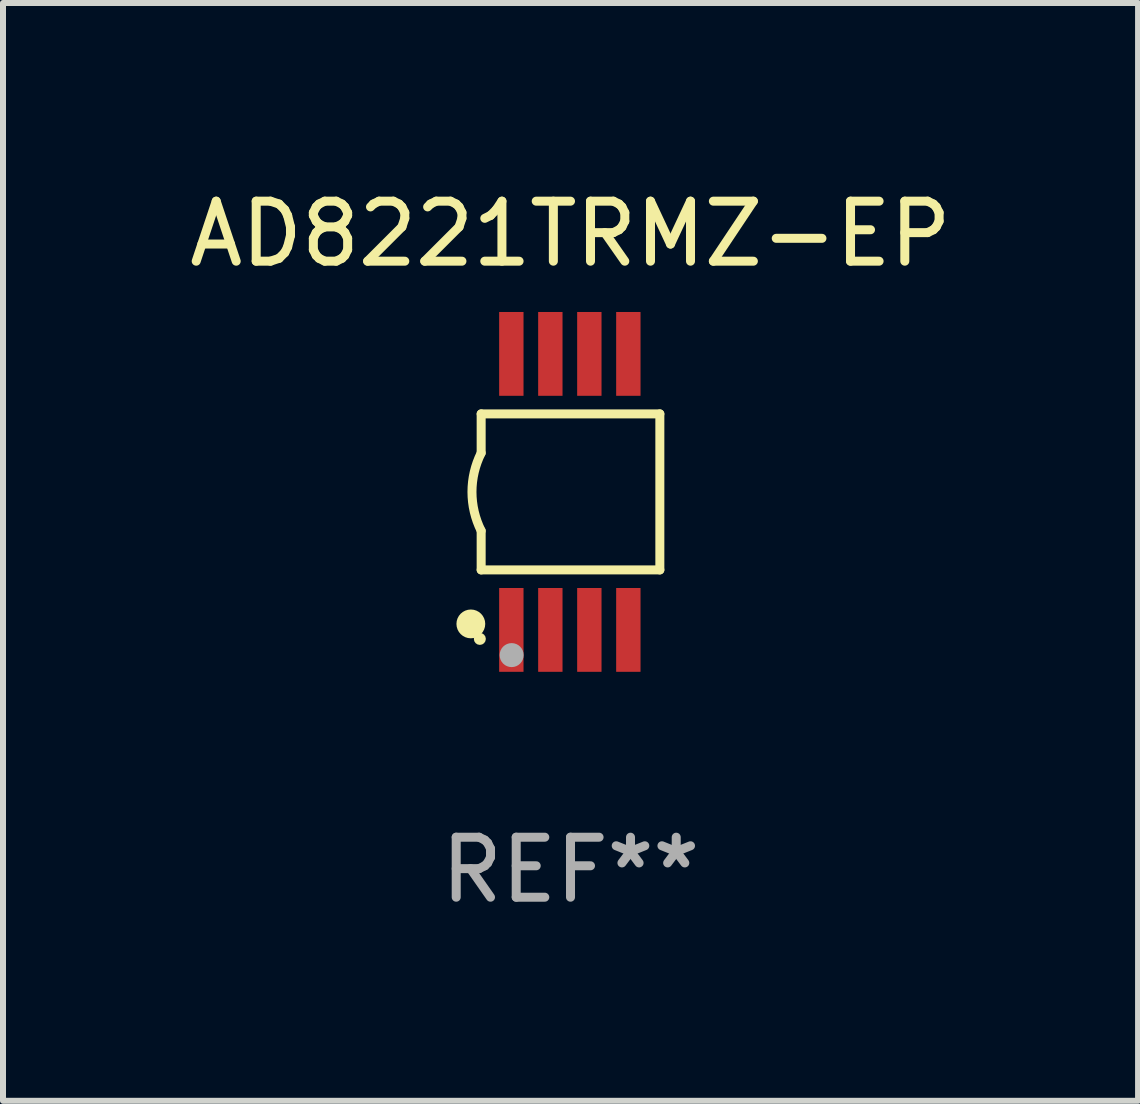
<source format=kicad_pcb>
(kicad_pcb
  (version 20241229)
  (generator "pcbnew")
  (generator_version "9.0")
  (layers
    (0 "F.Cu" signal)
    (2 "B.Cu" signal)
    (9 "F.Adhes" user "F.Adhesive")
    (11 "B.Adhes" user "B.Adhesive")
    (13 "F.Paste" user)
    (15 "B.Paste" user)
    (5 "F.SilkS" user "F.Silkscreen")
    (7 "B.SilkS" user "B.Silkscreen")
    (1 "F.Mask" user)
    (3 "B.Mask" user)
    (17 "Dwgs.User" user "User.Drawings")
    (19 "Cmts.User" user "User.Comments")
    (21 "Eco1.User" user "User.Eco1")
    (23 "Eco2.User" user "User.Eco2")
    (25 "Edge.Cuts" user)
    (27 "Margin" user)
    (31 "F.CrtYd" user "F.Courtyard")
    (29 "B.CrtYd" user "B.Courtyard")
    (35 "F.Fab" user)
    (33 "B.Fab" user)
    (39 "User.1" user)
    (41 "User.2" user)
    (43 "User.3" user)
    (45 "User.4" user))
  (footprint "AD8221TRMZ-EP"
    (layer "F.Cu")
    (at 6.458 5.148)
    (property "Reference" "AD8221TRMZ-EP" (at 0 -4.3 0) (layer "F.SilkS") (effects (font (size 1 1) (thickness 0.15))))
    (attr through_hole)
    (fp_line (start -1.489 -1.3) (end -1.489 -0.648) (stroke (width 0.15) (type solid)) (layer "F.SilkS"))
    (fp_line (start -1.489 0.648) (end -1.489 1.3) (stroke (width 0.15) (type solid)) (layer "F.SilkS"))
    (fp_line (start -1.489 1.3) (end 1.489 1.3) (stroke (width 0.15) (type solid)) (layer "F.SilkS"))
    (fp_line (start 1.489 -1.3) (end -1.489 -1.3) (stroke (width 0.15) (type solid)) (layer "F.SilkS"))
    (fp_line (start 1.489 1.3) (end 1.489 -1.3) (stroke (width 0.15) (type solid)) (layer "F.SilkS"))
    (fp_arc (start -1.489205 0.647702) (mid -1.642107 0) (end -1.489205 -0.647701) (stroke (width 0.150013) (type solid)) (layer "F.SilkS"))
    (fp_circle (center -1.661 2.2) (end -1.541 2.2) (stroke (width 0.24) (type solid)) (fill no) (layer "F.SilkS"))
    (fp_circle (center -1.511 2.45) (end -1.461 2.45) (stroke (width 0.1) (type solid)) (fill no) (layer "F.SilkS"))
    (fp_circle (center -0.981 2.72) (end -0.881 2.72) (stroke (width 0.2) (type solid)) (fill no) (layer "F.Fab"))
    (fp_text user "REF**" (at 0 6.3 0) (layer "F.Fab") (effects (font (size 1 1) (thickness 0.15))))
    (pad "1" smd rect (at -0.986 2.3) (size 0.406 1.397) (layers "F.Cu" "F.Mask" "F.Paste"))
    (pad "2" smd rect (at -0.336 2.3) (size 0.406 1.397) (layers "F.Cu" "F.Mask" "F.Paste"))
    (pad "3" smd rect (at 0.314 2.3) (size 0.406 1.397) (layers "F.Cu" "F.Mask" "F.Paste"))
    (pad "4" smd rect (at 0.964 2.3) (size 0.406 1.397) (layers "F.Cu" "F.Mask" "F.Paste"))
    (pad "5" smd rect (at 0.964 -2.3) (size 0.406 1.397) (layers "F.Cu" "F.Mask" "F.Paste"))
    (pad "6" smd rect (at 0.314 -2.3) (size 0.406 1.397) (layers "F.Cu" "F.Mask" "F.Paste"))
    (pad "7" smd rect (at -0.336 -2.3) (size 0.406 1.397) (layers "F.Cu" "F.Mask" "F.Paste"))
    (pad "8" smd rect (at -0.986 -2.3) (size 0.406 1.397) (layers "F.Cu" "F.Mask" "F.Paste")))
  (gr_rect
    (start -3 -3)
    (end 15.917 15.296)
    (stroke (width 0.1) (type default))
    (fill no)
    (layer "Edge.Cuts")))
</source>
